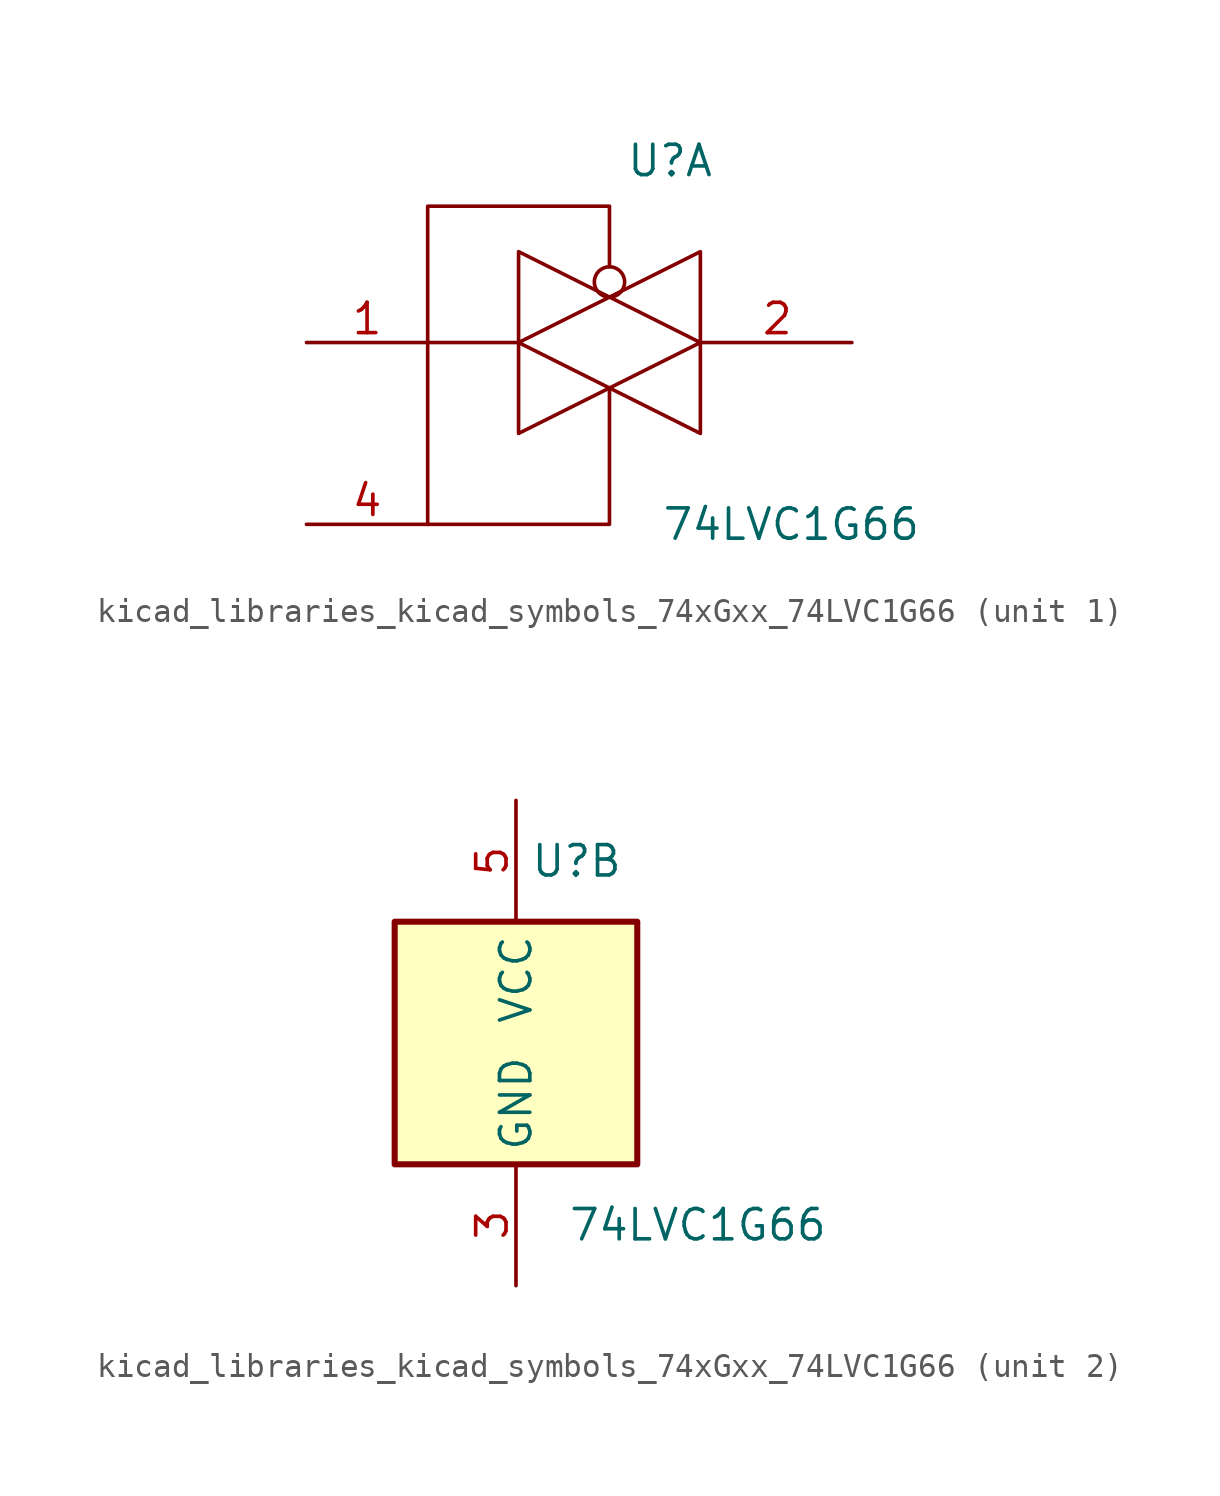
<source format=kicad_sym>
(kicad_symbol_lib
  (version 20220914)
  (generator kicad_symbol_editor)
  (symbol "kicad_libraries_kicad_symbols_74xGxx_74LVC1G66"
    (property "Reference" "U"
      (at 2.54 7.62 0)
      (effects (font (size 1.27 1.27))))
    (property "Value" "74LVC1G66"
      (at 7.62 -7.62 0)
      (effects (font (size 1.27 1.27))))
    (property "ki_locked" ""
      (at 0 0 0)
      (effects (font (size 1.27 1.27))))
    (symbol "kicad_libraries_kicad_symbols_74xGxx_74LVC1G66_1_1"
      (polyline (pts (xy -7.62 0) (xy -3.81 0)) (stroke (width 0.152) (type default)) (fill (type none)))
      (polyline (pts (xy -7.62 -7.62) (xy 0 -7.62) (xy 0 -1.905)) (stroke (width 0.152) (type default)) (fill (type none)))
      (polyline (pts (xy -7.62 -7.62) (xy -7.62 5.715) (xy 0 5.715) (xy 0 3.175)) (stroke (width 0.152) (type default)) (fill (type none)))
      (polyline (pts (xy -3.81 0) (xy 3.81 3.81) (xy 3.81 -3.81) (xy -3.81 0)) (stroke (width 0.152) (type default)) (fill (type none)))
      (polyline (pts (xy -3.81 3.81) (xy -3.81 -3.81) (xy 3.81 0) (xy -3.81 3.81)) (stroke (width 0.152) (type default)) (fill (type none)))
      (circle (center 0 2.54) (radius 0.635) (stroke (width 0.152) (type default)) (fill (type none)))
      (pin bidirectional line (at -12.7 0 0) (length 5.08) (name "~" (effects (font (size 1.27 1.27)))) (number "1" (effects (font (size 1.27 1.27)))))
      (pin bidirectional line (at 10.16 0 180) (length 6.25) (name "~" (effects (font (size 1.27 1.27)))) (number "2" (effects (font (size 1.27 1.27)))))
      (pin input line (at -12.7 -7.62 0) (length 5.08) (name "~" (effects (font (size 1.27 1.27)))) (number "4" (effects (font (size 1.27 1.27))))))
    (symbol "kicad_libraries_kicad_symbols_74xGxx_74LVC1G66_2_1"
      (rectangle (start -5.08 5.08) (end 5.08 -5.08) (stroke (width 0.254) (type default)) (fill (type background)))
      (pin power_in line (at 0 -10.16 90) (length 5.08) (name "GND" (effects (font (size 1.27 1.27)))) (number "3" (effects (font (size 1.27 1.27)))))
      (pin power_in line (at 0 10.16 270) (length 5.08) (name "VCC" (effects (font (size 1.27 1.27)))) (number "5" (effects (font (size 1.27 1.27))))))))
</source>
